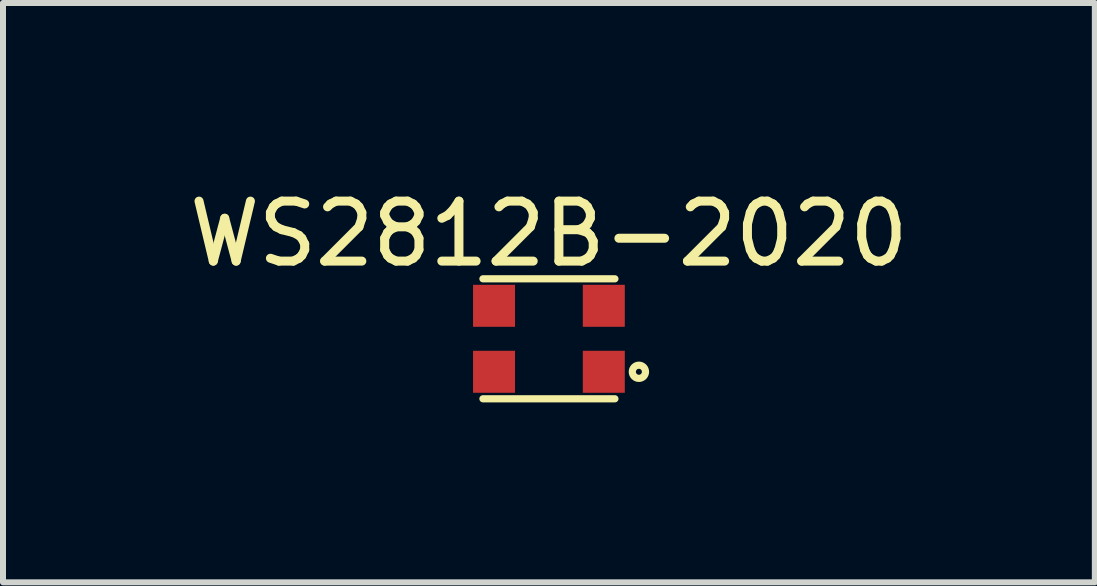
<source format=kicad_pcb>
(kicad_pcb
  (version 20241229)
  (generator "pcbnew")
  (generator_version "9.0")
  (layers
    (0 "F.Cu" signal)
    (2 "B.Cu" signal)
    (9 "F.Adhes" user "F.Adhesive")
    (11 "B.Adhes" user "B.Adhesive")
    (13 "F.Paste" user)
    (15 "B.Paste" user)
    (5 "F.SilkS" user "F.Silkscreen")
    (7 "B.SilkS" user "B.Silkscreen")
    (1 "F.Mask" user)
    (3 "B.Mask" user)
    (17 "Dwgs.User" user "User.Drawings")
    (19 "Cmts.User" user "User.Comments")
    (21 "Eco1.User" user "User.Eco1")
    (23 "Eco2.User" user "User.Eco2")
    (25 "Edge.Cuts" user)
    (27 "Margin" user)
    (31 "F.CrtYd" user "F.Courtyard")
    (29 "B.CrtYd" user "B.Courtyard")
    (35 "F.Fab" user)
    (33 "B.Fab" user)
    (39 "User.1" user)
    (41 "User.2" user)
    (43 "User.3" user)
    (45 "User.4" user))
  (footprint "WS2812B-2020"
    (layer "F.Cu")
    (at 6.101 2.598)
    (property "Reference" "WS2812B-2020" (at 0 -1.75 0) (layer "F.SilkS") (effects (font (size 1 1) (thickness 0.15))))
    (attr through_hole)
    (fp_line (start -1.1 -1) (end 1.1 -1) (stroke (width 0.12) (type solid)) (layer "F.SilkS"))
    (fp_line (start -1.1 1) (end 1.1 1) (stroke (width 0.12) (type solid)) (layer "F.SilkS"))
    (fp_circle (center 1.5 0.55) (end 1.45 0.55) (stroke (width 0.12) (type solid)) (fill no) (layer "F.SilkS"))
    (pad "1" smd rect (at 0.915 0.55) (size 0.7 0.7) (layers "F.Cu" "F.Mask" "F.Paste"))
    (pad "2" smd rect (at 0.915 -0.55) (size 0.7 0.7) (layers "F.Cu" "F.Mask" "F.Paste"))
    (pad "3" smd rect (at -0.915 -0.55) (size 0.7 0.7) (layers "F.Cu" "F.Mask" "F.Paste"))
    (pad "4" smd rect (at -0.915 0.55) (size 0.7 0.7) (layers "F.Cu" "F.Mask" "F.Paste")))
  (gr_rect
    (start -3 -3)
    (end 15.202 6.658)
    (stroke (width 0.1) (type default))
    (fill no)
    (layer "Edge.Cuts")))
</source>
